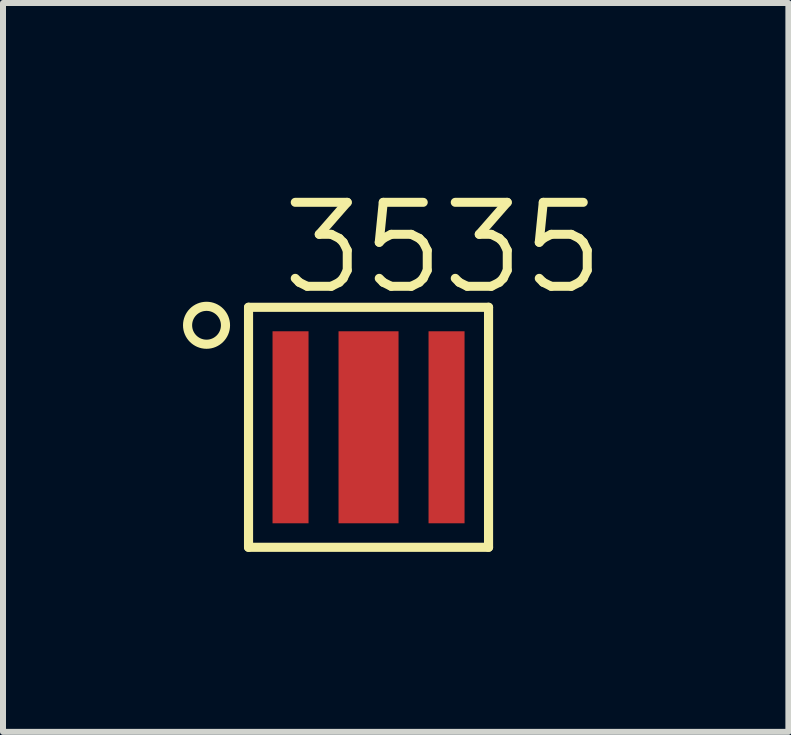
<source format=kicad_pcb>
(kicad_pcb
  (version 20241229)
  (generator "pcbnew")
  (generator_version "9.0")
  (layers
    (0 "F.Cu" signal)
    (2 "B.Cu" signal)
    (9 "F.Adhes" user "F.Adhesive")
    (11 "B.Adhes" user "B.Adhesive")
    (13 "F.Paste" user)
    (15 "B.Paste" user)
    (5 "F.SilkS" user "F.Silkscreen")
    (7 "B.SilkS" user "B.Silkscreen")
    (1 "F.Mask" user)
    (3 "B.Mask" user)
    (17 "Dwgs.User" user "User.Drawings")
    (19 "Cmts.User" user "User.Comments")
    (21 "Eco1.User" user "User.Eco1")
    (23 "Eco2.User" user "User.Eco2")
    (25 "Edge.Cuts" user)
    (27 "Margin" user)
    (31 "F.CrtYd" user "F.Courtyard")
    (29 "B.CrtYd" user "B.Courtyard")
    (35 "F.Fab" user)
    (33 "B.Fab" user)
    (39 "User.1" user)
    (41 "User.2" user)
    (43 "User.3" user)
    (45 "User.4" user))
  (footprint "3535"
    (layer "F.Cu")
    (at 3.092 4.071)
    (property "Reference" "3535" (at 1.245 -2.989 0) (layer "F.SilkS") (effects (font (size 1.4 1.4) (thickness 0.15))))
    (attr smd)
    (fp_line (start -2 -2) (end 2 -2) (stroke (width 0.152) (type solid)) (layer "F.SilkS"))
    (fp_line (start -2 2) (end -2 -2) (stroke (width 0.152) (type solid)) (layer "F.SilkS"))
    (fp_line (start 2 -2) (end 2 2) (stroke (width 0.152) (type solid)) (layer "F.SilkS"))
    (fp_line (start 2 2) (end -2 2) (stroke (width 0.152) (type solid)) (layer "F.SilkS"))
    (fp_circle (center -2.7 -1.7) (end -2.384 -1.7) (stroke (width 0.152) (type solid)) (fill no) (layer "F.SilkS"))
    (pad "+" smd rect (at 1.3 0) (size 0.6 3.2) (layers "F.Cu" "F.Mask" "F.Paste"))
    (pad "-" smd rect (at -1.3 0) (size 0.6 3.2) (layers "F.Cu" "F.Mask" "F.Paste"))
    (pad "THERM" smd rect (at 0 0) (size 1 3.2) (layers "F.Cu" "F.Mask" "F.Paste")))
  (gr_rect
    (start -3 -3)
    (end 10.089 9.147)
    (stroke (width 0.1) (type default))
    (fill no)
    (layer "Edge.Cuts")))
</source>
